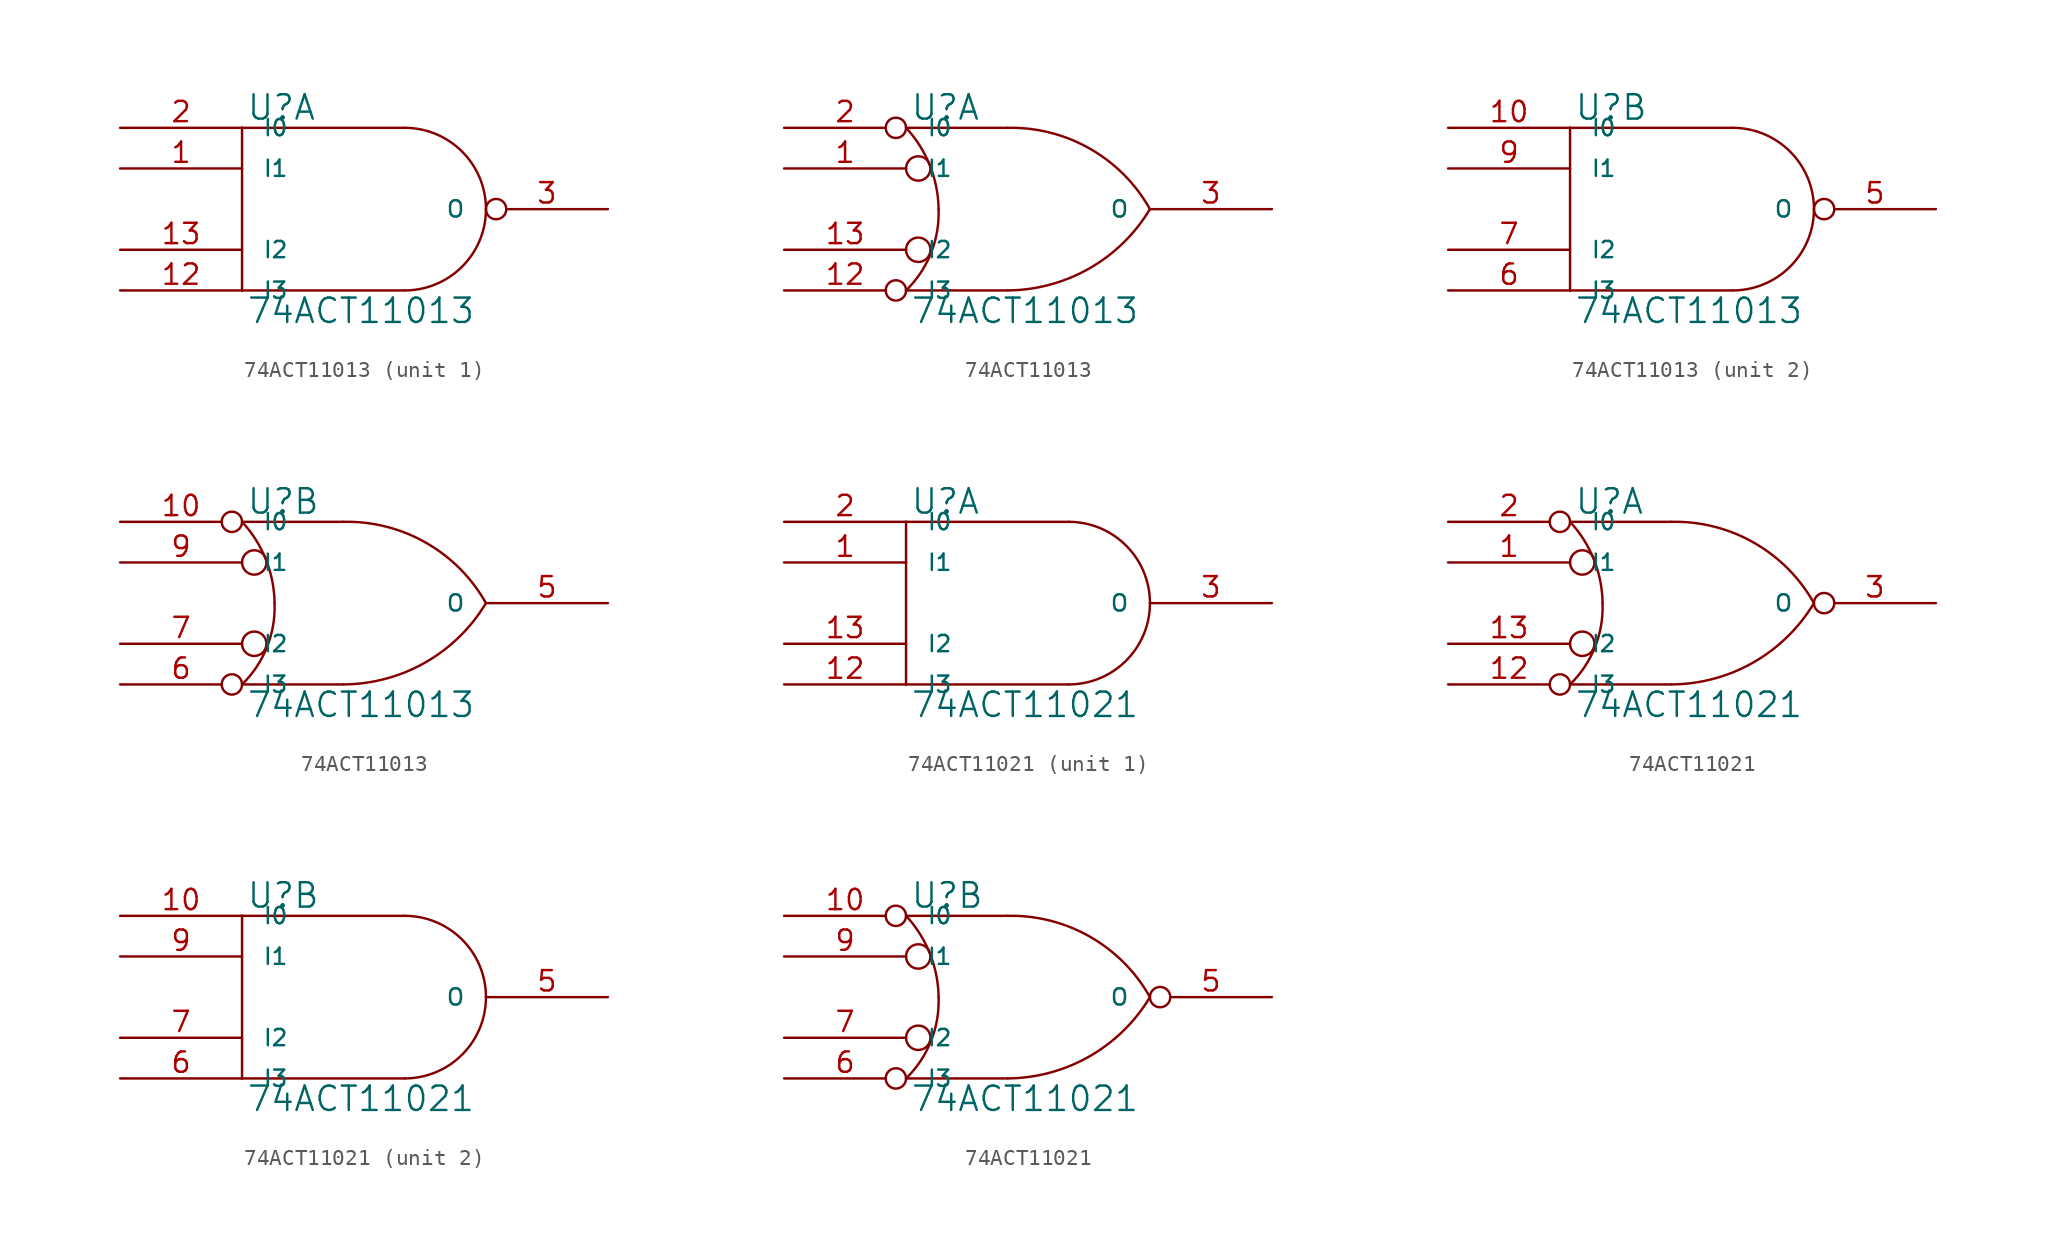
<source format=kicad_sym>
(kicad_symbol_lib
  (version 20231120)
  (generator "kicad_symbol_editor")
  (generator_version "8.0")
  (symbol "74ACT11013"
    (pin_names
      (offset 1.27))
    (property "Reference" "U"
      (at 0.254 0.381 0)
      (effects (font (size 1.524 1.524)) (justify left bottom)))
    (property "Value" "74ACT11013"
      (at 0.254 -10.541 0)
      (effects (font (size 1.524 1.524)) (justify left top)))
    (symbol "74ACT11013_0_1"
      (polyline (pts (xy 0 -10.16) (xy 10.16 -10.16)) (stroke (width 0) (type solid)) (fill (type none)))
      (polyline (pts (xy 0 0) (xy 0 -10.16)) (stroke (width 0) (type solid)) (fill (type none)))
      (polyline (pts (xy 10.16 0) (xy 0 0)) (stroke (width 0) (type solid)) (fill (type none)))
      (arc (start 10.16 -10.16) (mid 13.7521 -8.6721) (end 15.24 -5.08) (stroke (width 0) (type solid)) (fill (type none)))
      (arc (start 15.24 -5.08) (mid 13.7521 -1.4879) (end 10.16 0) (stroke (width 0) (type solid)) (fill (type none))))
    (symbol "74ACT11013_0_2"
      (arc (start 0 -10.16) (mid 1.5573 -7.8293) (end 2.032 -5.08) (stroke (width 0) (type solid)) (fill (type none)))
      (polyline (pts (xy 6.35 -10.16) (xy 0 -10.16)) (stroke (width 0) (type solid)) (fill (type none)))
      (polyline (pts (xy 6.35 0) (xy 0 0)) (stroke (width 0) (type solid)) (fill (type none)))
      (circle (center 0.762 -7.62) (radius 0.762) (stroke (width 0) (type solid)) (fill (type none)))
      (circle (center 0.762 -2.54) (radius 0.762) (stroke (width 0) (type solid)) (fill (type none)))
      (arc (start 2.032 -5.08) (mid 1.4906 -2.3584) (end 0 0) (stroke (width 0) (type solid)) (fill (type none)))
      (arc (start 6.35 -10.16) (mid 11.4496 -8.7875) (end 15.24 -5.08) (stroke (width 0) (type solid)) (fill (type none)))
      (arc (start 15.24 -5.08) (mid 11.4893 -1.3041) (end 6.35 0) (stroke (width 0) (type solid)) (fill (type none))))
    (symbol "74ACT11013_1_1"
      (pin input line (at -7.62 -2.54 0) (length 7.62) (name "I1" (effects (font (size 1.016 1.016)))) (number "1" (effects (font (size 1.27 1.27)))))
      (pin power_in line (at 0 0 270) (length 0) hide (name "VCC" (effects (font (size 1.016 1.016)))) (number "11" (effects (font (size 1.27 1.27)))))
      (pin input line (at -7.62 -10.16 0) (length 7.62) (name "I3" (effects (font (size 1.016 1.016)))) (number "12" (effects (font (size 1.27 1.27)))))
      (pin input line (at -7.62 -7.62 0) (length 7.62) (name "I2" (effects (font (size 1.016 1.016)))) (number "13" (effects (font (size 1.27 1.27)))))
      (pin input line (at -7.62 0 0) (length 7.62) (name "I0" (effects (font (size 1.016 1.016)))) (number "2" (effects (font (size 1.27 1.27)))))
      (pin output inverted (at 22.86 -5.08 180) (length 7.62) (name "O" (effects (font (size 1.016 1.016)))) (number "3" (effects (font (size 1.27 1.27)))))
      (pin power_in line (at 0 -10.16 90) (length 0) hide (name "GND" (effects (font (size 1.016 1.016)))) (number "4" (effects (font (size 1.27 1.27))))))
    (symbol "74ACT11013_1_2"
      (pin input line (at -7.62 -2.54 0) (length 7.62) (name "I1" (effects (font (size 1.016 1.016)))) (number "1" (effects (font (size 1.27 1.27)))))
      (pin power_in line (at 0 0 270) (length 0) hide (name "VCC" (effects (font (size 1.016 1.016)))) (number "11" (effects (font (size 1.27 1.27)))))
      (pin input inverted (at -7.62 -10.16 0) (length 7.62) (name "I3" (effects (font (size 1.016 1.016)))) (number "12" (effects (font (size 1.27 1.27)))))
      (pin input line (at -7.62 -7.62 0) (length 7.62) (name "I2" (effects (font (size 1.016 1.016)))) (number "13" (effects (font (size 1.27 1.27)))))
      (pin input inverted (at -7.62 0 0) (length 7.62) (name "I0" (effects (font (size 1.016 1.016)))) (number "2" (effects (font (size 1.27 1.27)))))
      (pin output line (at 22.86 -5.08 180) (length 7.62) (name "O" (effects (font (size 1.016 1.016)))) (number "3" (effects (font (size 1.27 1.27)))))
      (pin power_in line (at 0 -10.16 90) (length 0) hide (name "GND" (effects (font (size 1.016 1.016)))) (number "4" (effects (font (size 1.27 1.27))))))
    (symbol "74ACT11013_2_1"
      (pin input line (at -7.62 0 0) (length 7.62) (name "I0" (effects (font (size 1.016 1.016)))) (number "10" (effects (font (size 1.27 1.27)))))
      (pin power_in line (at 0 0 270) (length 0) hide (name "VCC" (effects (font (size 1.016 1.016)))) (number "11" (effects (font (size 1.27 1.27)))))
      (pin power_in line (at 0 -10.16 90) (length 0) hide (name "GND" (effects (font (size 1.016 1.016)))) (number "4" (effects (font (size 1.27 1.27)))))
      (pin output inverted (at 22.86 -5.08 180) (length 7.62) (name "O" (effects (font (size 1.016 1.016)))) (number "5" (effects (font (size 1.27 1.27)))))
      (pin input line (at -7.62 -10.16 0) (length 7.62) (name "I3" (effects (font (size 1.016 1.016)))) (number "6" (effects (font (size 1.27 1.27)))))
      (pin input line (at -7.62 -7.62 0) (length 7.62) (name "I2" (effects (font (size 1.016 1.016)))) (number "7" (effects (font (size 1.27 1.27)))))
      (pin input line (at -7.62 -2.54 0) (length 7.62) (name "I1" (effects (font (size 1.016 1.016)))) (number "9" (effects (font (size 1.27 1.27))))))
    (symbol "74ACT11013_2_2"
      (pin input inverted (at -7.62 0 0) (length 7.62) (name "I0" (effects (font (size 1.016 1.016)))) (number "10" (effects (font (size 1.27 1.27)))))
      (pin power_in line (at 0 0 270) (length 0) hide (name "VCC" (effects (font (size 1.016 1.016)))) (number "11" (effects (font (size 1.27 1.27)))))
      (pin power_in line (at 0 -10.16 90) (length 0) hide (name "GND" (effects (font (size 1.016 1.016)))) (number "4" (effects (font (size 1.27 1.27)))))
      (pin output line (at 22.86 -5.08 180) (length 7.62) (name "O" (effects (font (size 1.016 1.016)))) (number "5" (effects (font (size 1.27 1.27)))))
      (pin input inverted (at -7.62 -10.16 0) (length 7.62) (name "I3" (effects (font (size 1.016 1.016)))) (number "6" (effects (font (size 1.27 1.27)))))
      (pin input line (at -7.62 -7.62 0) (length 7.62) (name "I2" (effects (font (size 1.016 1.016)))) (number "7" (effects (font (size 1.27 1.27)))))
      (pin input line (at -7.62 -2.54 0) (length 7.62) (name "I1" (effects (font (size 1.016 1.016)))) (number "9" (effects (font (size 1.27 1.27)))))))
  (symbol "74ACT11021"
    (pin_names
      (offset 1.27))
    (property "Reference" "U"
      (at 0.254 0.381 0)
      (effects (font (size 1.524 1.524)) (justify left bottom)))
    (property "Value" "74ACT11021"
      (at 0.254 -10.541 0)
      (effects (font (size 1.524 1.524)) (justify left top)))
    (symbol "74ACT11021_0_1"
      (polyline (pts (xy 0 -10.16) (xy 10.16 -10.16)) (stroke (width 0) (type solid)) (fill (type none)))
      (polyline (pts (xy 0 0) (xy 0 -10.16)) (stroke (width 0) (type solid)) (fill (type none)))
      (polyline (pts (xy 10.16 0) (xy 0 0)) (stroke (width 0) (type solid)) (fill (type none)))
      (arc (start 10.16 -10.16) (mid 13.7521 -8.6721) (end 15.24 -5.08) (stroke (width 0) (type solid)) (fill (type none)))
      (arc (start 15.24 -5.08) (mid 13.7521 -1.4879) (end 10.16 0) (stroke (width 0) (type solid)) (fill (type none))))
    (symbol "74ACT11021_0_2"
      (arc (start 0 -10.16) (mid 1.5573 -7.8293) (end 2.032 -5.08) (stroke (width 0) (type solid)) (fill (type none)))
      (polyline (pts (xy 6.35 -10.16) (xy 0 -10.16)) (stroke (width 0) (type solid)) (fill (type none)))
      (polyline (pts (xy 6.35 0) (xy 0 0)) (stroke (width 0) (type solid)) (fill (type none)))
      (circle (center 0.762 -7.62) (radius 0.762) (stroke (width 0) (type solid)) (fill (type none)))
      (circle (center 0.762 -2.54) (radius 0.762) (stroke (width 0) (type solid)) (fill (type none)))
      (arc (start 2.032 -5.08) (mid 1.4906 -2.3584) (end 0 0) (stroke (width 0) (type solid)) (fill (type none)))
      (arc (start 6.35 -10.16) (mid 11.4496 -8.7875) (end 15.24 -5.08) (stroke (width 0) (type solid)) (fill (type none)))
      (arc (start 15.24 -5.08) (mid 11.4893 -1.3041) (end 6.35 0) (stroke (width 0) (type solid)) (fill (type none))))
    (symbol "74ACT11021_1_1"
      (pin input line (at -7.62 -2.54 0) (length 7.62) (name "I1" (effects (font (size 1.016 1.016)))) (number "1" (effects (font (size 1.27 1.27)))))
      (pin power_in line (at 0 0 270) (length 0) hide (name "VCC" (effects (font (size 1.016 1.016)))) (number "11" (effects (font (size 1.27 1.27)))))
      (pin input line (at -7.62 -10.16 0) (length 7.62) (name "I3" (effects (font (size 1.016 1.016)))) (number "12" (effects (font (size 1.27 1.27)))))
      (pin input line (at -7.62 -7.62 0) (length 7.62) (name "I2" (effects (font (size 1.016 1.016)))) (number "13" (effects (font (size 1.27 1.27)))))
      (pin input line (at -7.62 0 0) (length 7.62) (name "I0" (effects (font (size 1.016 1.016)))) (number "2" (effects (font (size 1.27 1.27)))))
      (pin output line (at 22.86 -5.08 180) (length 7.62) (name "O" (effects (font (size 1.016 1.016)))) (number "3" (effects (font (size 1.27 1.27)))))
      (pin power_in line (at 0 -10.16 90) (length 0) hide (name "GND" (effects (font (size 1.016 1.016)))) (number "4" (effects (font (size 1.27 1.27))))))
    (symbol "74ACT11021_1_2"
      (pin input line (at -7.62 -2.54 0) (length 7.62) (name "I1" (effects (font (size 1.016 1.016)))) (number "1" (effects (font (size 1.27 1.27)))))
      (pin power_in line (at 0 0 270) (length 0) hide (name "VCC" (effects (font (size 1.016 1.016)))) (number "11" (effects (font (size 1.27 1.27)))))
      (pin input inverted (at -7.62 -10.16 0) (length 7.62) (name "I3" (effects (font (size 1.016 1.016)))) (number "12" (effects (font (size 1.27 1.27)))))
      (pin input line (at -7.62 -7.62 0) (length 7.62) (name "I2" (effects (font (size 1.016 1.016)))) (number "13" (effects (font (size 1.27 1.27)))))
      (pin input inverted (at -7.62 0 0) (length 7.62) (name "I0" (effects (font (size 1.016 1.016)))) (number "2" (effects (font (size 1.27 1.27)))))
      (pin output inverted (at 22.86 -5.08 180) (length 7.62) (name "O" (effects (font (size 1.016 1.016)))) (number "3" (effects (font (size 1.27 1.27)))))
      (pin power_in line (at 0 -10.16 90) (length 0) hide (name "GND" (effects (font (size 1.016 1.016)))) (number "4" (effects (font (size 1.27 1.27))))))
    (symbol "74ACT11021_2_1"
      (pin input line (at -7.62 0 0) (length 7.62) (name "I0" (effects (font (size 1.016 1.016)))) (number "10" (effects (font (size 1.27 1.27)))))
      (pin power_in line (at 0 0 270) (length 0) hide (name "VCC" (effects (font (size 1.016 1.016)))) (number "11" (effects (font (size 1.27 1.27)))))
      (pin power_in line (at 0 -10.16 90) (length 0) hide (name "GND" (effects (font (size 1.016 1.016)))) (number "4" (effects (font (size 1.27 1.27)))))
      (pin output line (at 22.86 -5.08 180) (length 7.62) (name "O" (effects (font (size 1.016 1.016)))) (number "5" (effects (font (size 1.27 1.27)))))
      (pin input line (at -7.62 -10.16 0) (length 7.62) (name "I3" (effects (font (size 1.016 1.016)))) (number "6" (effects (font (size 1.27 1.27)))))
      (pin input line (at -7.62 -7.62 0) (length 7.62) (name "I2" (effects (font (size 1.016 1.016)))) (number "7" (effects (font (size 1.27 1.27)))))
      (pin input line (at -7.62 -2.54 0) (length 7.62) (name "I1" (effects (font (size 1.016 1.016)))) (number "9" (effects (font (size 1.27 1.27))))))
    (symbol "74ACT11021_2_2"
      (pin input inverted (at -7.62 0 0) (length 7.62) (name "I0" (effects (font (size 1.016 1.016)))) (number "10" (effects (font (size 1.27 1.27)))))
      (pin power_in line (at 0 0 270) (length 0) hide (name "VCC" (effects (font (size 1.016 1.016)))) (number "11" (effects (font (size 1.27 1.27)))))
      (pin power_in line (at 0 -10.16 90) (length 0) hide (name "GND" (effects (font (size 1.016 1.016)))) (number "4" (effects (font (size 1.27 1.27)))))
      (pin output inverted (at 22.86 -5.08 180) (length 7.62) (name "O" (effects (font (size 1.016 1.016)))) (number "5" (effects (font (size 1.27 1.27)))))
      (pin input inverted (at -7.62 -10.16 0) (length 7.62) (name "I3" (effects (font (size 1.016 1.016)))) (number "6" (effects (font (size 1.27 1.27)))))
      (pin input line (at -7.62 -7.62 0) (length 7.62) (name "I2" (effects (font (size 1.016 1.016)))) (number "7" (effects (font (size 1.27 1.27)))))
      (pin input line (at -7.62 -2.54 0) (length 7.62) (name "I1" (effects (font (size 1.016 1.016)))) (number "9" (effects (font (size 1.27 1.27))))))))
</source>
